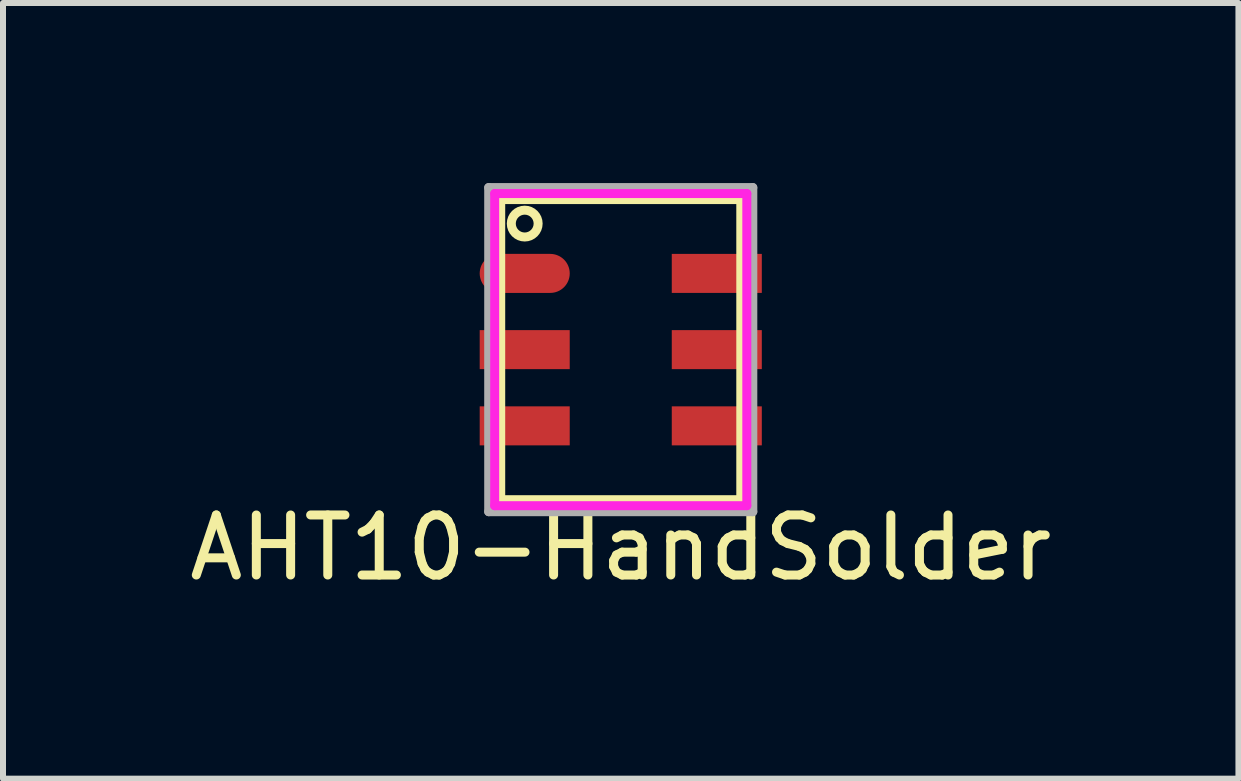
<source format=kicad_pcb>
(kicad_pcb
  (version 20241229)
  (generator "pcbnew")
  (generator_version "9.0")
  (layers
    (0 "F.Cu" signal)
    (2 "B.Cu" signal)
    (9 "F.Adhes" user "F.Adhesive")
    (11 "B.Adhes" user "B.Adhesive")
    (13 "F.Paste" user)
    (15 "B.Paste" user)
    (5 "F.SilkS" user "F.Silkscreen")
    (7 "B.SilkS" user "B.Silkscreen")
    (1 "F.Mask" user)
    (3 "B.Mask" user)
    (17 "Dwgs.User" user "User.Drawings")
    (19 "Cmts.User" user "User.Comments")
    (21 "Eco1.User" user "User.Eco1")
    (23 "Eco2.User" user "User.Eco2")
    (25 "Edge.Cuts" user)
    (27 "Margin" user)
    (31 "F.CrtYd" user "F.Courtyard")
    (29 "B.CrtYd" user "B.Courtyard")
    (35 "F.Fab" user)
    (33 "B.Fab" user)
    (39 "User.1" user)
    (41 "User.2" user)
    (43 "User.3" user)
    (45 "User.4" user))
  (footprint "AHT10-HandSolder"
    (layer "F.Cu")
    (at 7.292 2.775)
    (property "Reference" "AHT10-HandSolder" (at 0 3.3 0) (layer "F.SilkS") (effects (font (size 1 1) (thickness 0.15))))
    (attr through_hole)
    (fp_line (start -2 -2.5) (end 2 -2.5) (stroke (width 0.15) (type solid)) (layer "F.SilkS"))
    (fp_line (start -2 2.5) (end -2 -2.5) (stroke (width 0.15) (type solid)) (layer "F.SilkS"))
    (fp_line (start 2 -2.5) (end 2 2.5) (stroke (width 0.15) (type solid)) (layer "F.SilkS"))
    (fp_line (start 2 2.5) (end -2 2.5) (stroke (width 0.15) (type solid)) (layer "F.SilkS"))
    (fp_circle (center -1.6 -2.1) (end -1.4 -2) (stroke (width 0.15) (type solid)) (fill no) (layer "F.SilkS"))
    (fp_line (start -2.1 -2.6) (end 2.1 -2.6) (stroke (width 0.15) (type solid)) (layer "F.CrtYd"))
    (fp_line (start -2.1 2.6) (end -2.1 -2.6) (stroke (width 0.15) (type solid)) (layer "F.CrtYd"))
    (fp_line (start 2.1 -2.6) (end 2.1 2.6) (stroke (width 0.15) (type solid)) (layer "F.CrtYd"))
    (fp_line (start 2.1 2.6) (end -2.1 2.6) (stroke (width 0.15) (type solid)) (layer "F.CrtYd"))
    (fp_line (start -2.2 -2.7) (end 2.2 -2.7) (stroke (width 0.15) (type solid)) (layer "F.Fab"))
    (fp_line (start -2.2 2.7) (end -2.2 -2.7) (stroke (width 0.15) (type solid)) (layer "F.Fab"))
    (fp_line (start 2.2 -2.7) (end 2.2 2.7) (stroke (width 0.15) (type solid)) (layer "F.Fab"))
    (fp_line (start 2.2 2.7) (end -2.2 2.7) (stroke (width 0.15) (type solid)) (layer "F.Fab"))
    (pad "1" smd oval (at -1.6 -1.27) (size 1.5 0.65) (layers "F.Cu" "F.Mask" "F.Paste"))
    (pad "2" smd rect (at -1.6 0) (size 1.5 0.65) (layers "F.Cu" "F.Mask" "F.Paste"))
    (pad "3" smd rect (at -1.6 1.27) (size 1.5 0.65) (layers "F.Cu" "F.Mask" "F.Paste"))
    (pad "4" smd rect (at 1.6 1.27) (size 1.5 0.65) (layers "F.Cu" "F.Mask" "F.Paste"))
    (pad "5" smd rect (at 1.6 0) (size 1.5 0.65) (layers "F.Cu" "F.Mask" "F.Paste"))
    (pad "6" smd rect (at 1.6 -1.27) (size 1.5 0.65) (layers "F.Cu" "F.Mask" "F.Paste")))
  (gr_rect
    (start -3 -3)
    (end 17.583 9.923)
    (stroke (width 0.1) (type default))
    (fill no)
    (layer "Edge.Cuts")))
</source>
